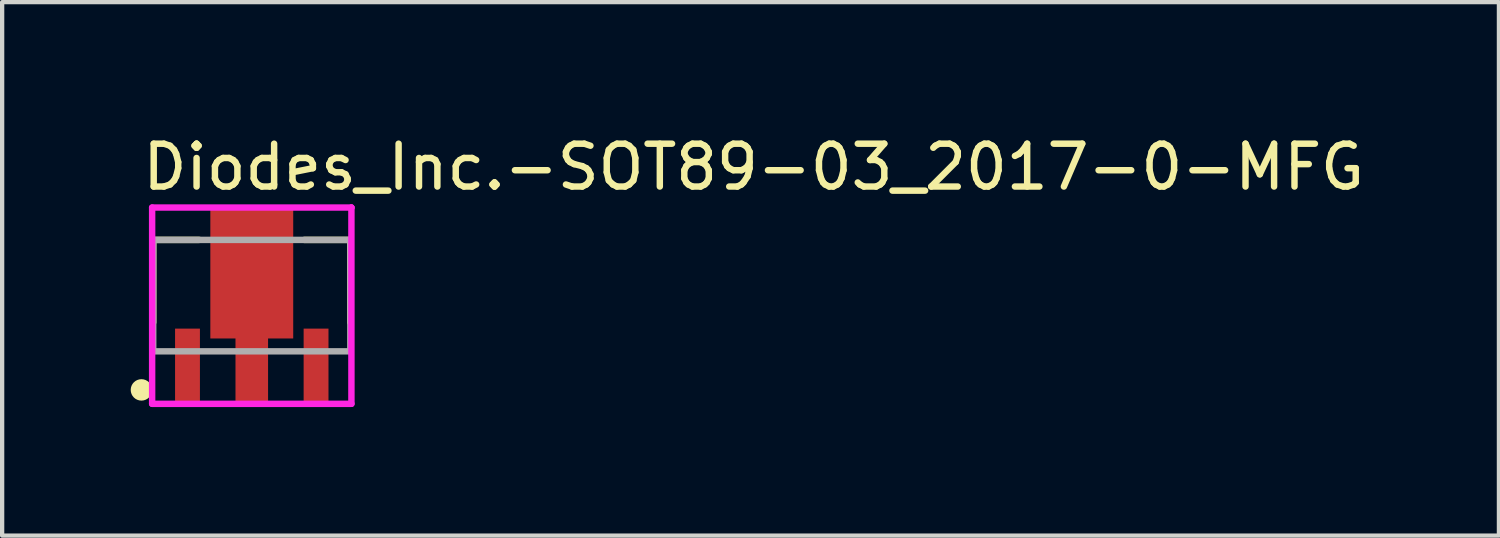
<source format=kicad_pcb>
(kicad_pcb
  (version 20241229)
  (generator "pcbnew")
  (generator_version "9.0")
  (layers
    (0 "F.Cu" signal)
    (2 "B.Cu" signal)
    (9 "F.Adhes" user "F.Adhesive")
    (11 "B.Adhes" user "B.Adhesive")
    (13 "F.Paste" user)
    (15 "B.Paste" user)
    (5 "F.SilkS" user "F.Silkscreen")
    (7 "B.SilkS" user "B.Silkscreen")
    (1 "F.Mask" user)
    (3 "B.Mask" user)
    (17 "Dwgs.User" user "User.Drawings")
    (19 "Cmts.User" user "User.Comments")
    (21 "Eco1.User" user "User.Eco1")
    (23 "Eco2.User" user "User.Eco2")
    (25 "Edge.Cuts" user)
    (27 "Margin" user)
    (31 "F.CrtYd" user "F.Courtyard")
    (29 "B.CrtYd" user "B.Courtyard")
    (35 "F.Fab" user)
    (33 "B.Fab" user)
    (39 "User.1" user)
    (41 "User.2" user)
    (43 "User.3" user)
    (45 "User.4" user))
  (footprint "Diodes_Inc.-SOT89-03_2017-0-MFG"
    (layer "F.Cu")
    (at 2.825 3.848)
    (property "Reference" "Diodes_Inc.-SOT89-03_2017-0-MFG" (at -2.625 -3 0) (layer "F.SilkS") (effects (font (size 1 1) (thickness 0.15)) (justify left)))
    (attr through_hole)
    (fp_line (start -2.3 -1.3) (end -1.225 -1.3) (stroke (width 0.15) (type solid)) (layer "F.SilkS"))
    (fp_line (start -2.3 0.625) (end -2.3 -1.3) (stroke (width 0.15) (type solid)) (layer "F.SilkS"))
    (fp_line (start 1.225 -1.3) (end 2.3 -1.3) (stroke (width 0.15) (type solid)) (layer "F.SilkS"))
    (fp_line (start 2.3 0.625) (end 2.3 -1.3) (stroke (width 0.15) (type solid)) (layer "F.SilkS"))
    (fp_circle (center -2.575 2.2) (end -2.45 2.2) (stroke (width 0.25) (type solid)) (fill no) (layer "F.SilkS"))
    (fp_line (start -2.325 -2.055) (end -2.325 2.525) (stroke (width 0.15) (type solid)) (layer "F.CrtYd"))
    (fp_line (start -2.325 2.525) (end 2.325 2.525) (stroke (width 0.15) (type solid)) (layer "F.CrtYd"))
    (fp_line (start 2.325 -2.055) (end -2.325 -2.055) (stroke (width 0.15) (type solid)) (layer "F.CrtYd"))
    (fp_line (start 2.325 -2.055) (end 2.325 -2.055) (stroke (width 0.15) (type solid)) (layer "F.CrtYd"))
    (fp_line (start 2.325 2.525) (end 2.325 -2.055) (stroke (width 0.15) (type solid)) (layer "F.CrtYd"))
    (fp_line (start -2.3 -1.3) (end 2.3 -1.3) (stroke (width 0.15) (type solid)) (layer "F.Fab"))
    (fp_line (start -2.3 1.3) (end -2.3 -1.3) (stroke (width 0.15) (type solid)) (layer "F.Fab"))
    (fp_line (start 2.3 -1.3) (end 2.3 1.3) (stroke (width 0.15) (type solid)) (layer "F.Fab"))
    (fp_line (start 2.3 1.3) (end -2.3 1.3) (stroke (width 0.15) (type solid)) (layer "F.Fab"))
    (pad "1" smd rect (at -1.5 1.635) (size 0.58 1.73) (layers "F.Cu" "F.Mask" "F.Paste"))
    (pad "2" smd custom (at 0 1.75) (size 0.5 0.5) (layers "F.Cu" "F.Mask" "F.Paste") (options (anchor circle)) (primitives (gr_poly (pts (xy -0.38 0.75) (xy 0.38 0.75) (xy 0.38 -0.75) (xy 0.967 -0.75) (xy 0.967 -3.78) (xy -0.967 -3.78) (xy -0.967 -0.75) (xy -0.38 -0.75) (xy -0.38 0.75)) (width 0) (fill yes))))
    (pad "3" smd rect (at 1.5 1.635) (size 0.58 1.73) (layers "F.Cu" "F.Mask" "F.Paste")))
  (gr_rect
    (start -3 -3)
    (end 31.926 9.448)
    (stroke (width 0.1) (type default))
    (fill no)
    (layer "Edge.Cuts")))
</source>
